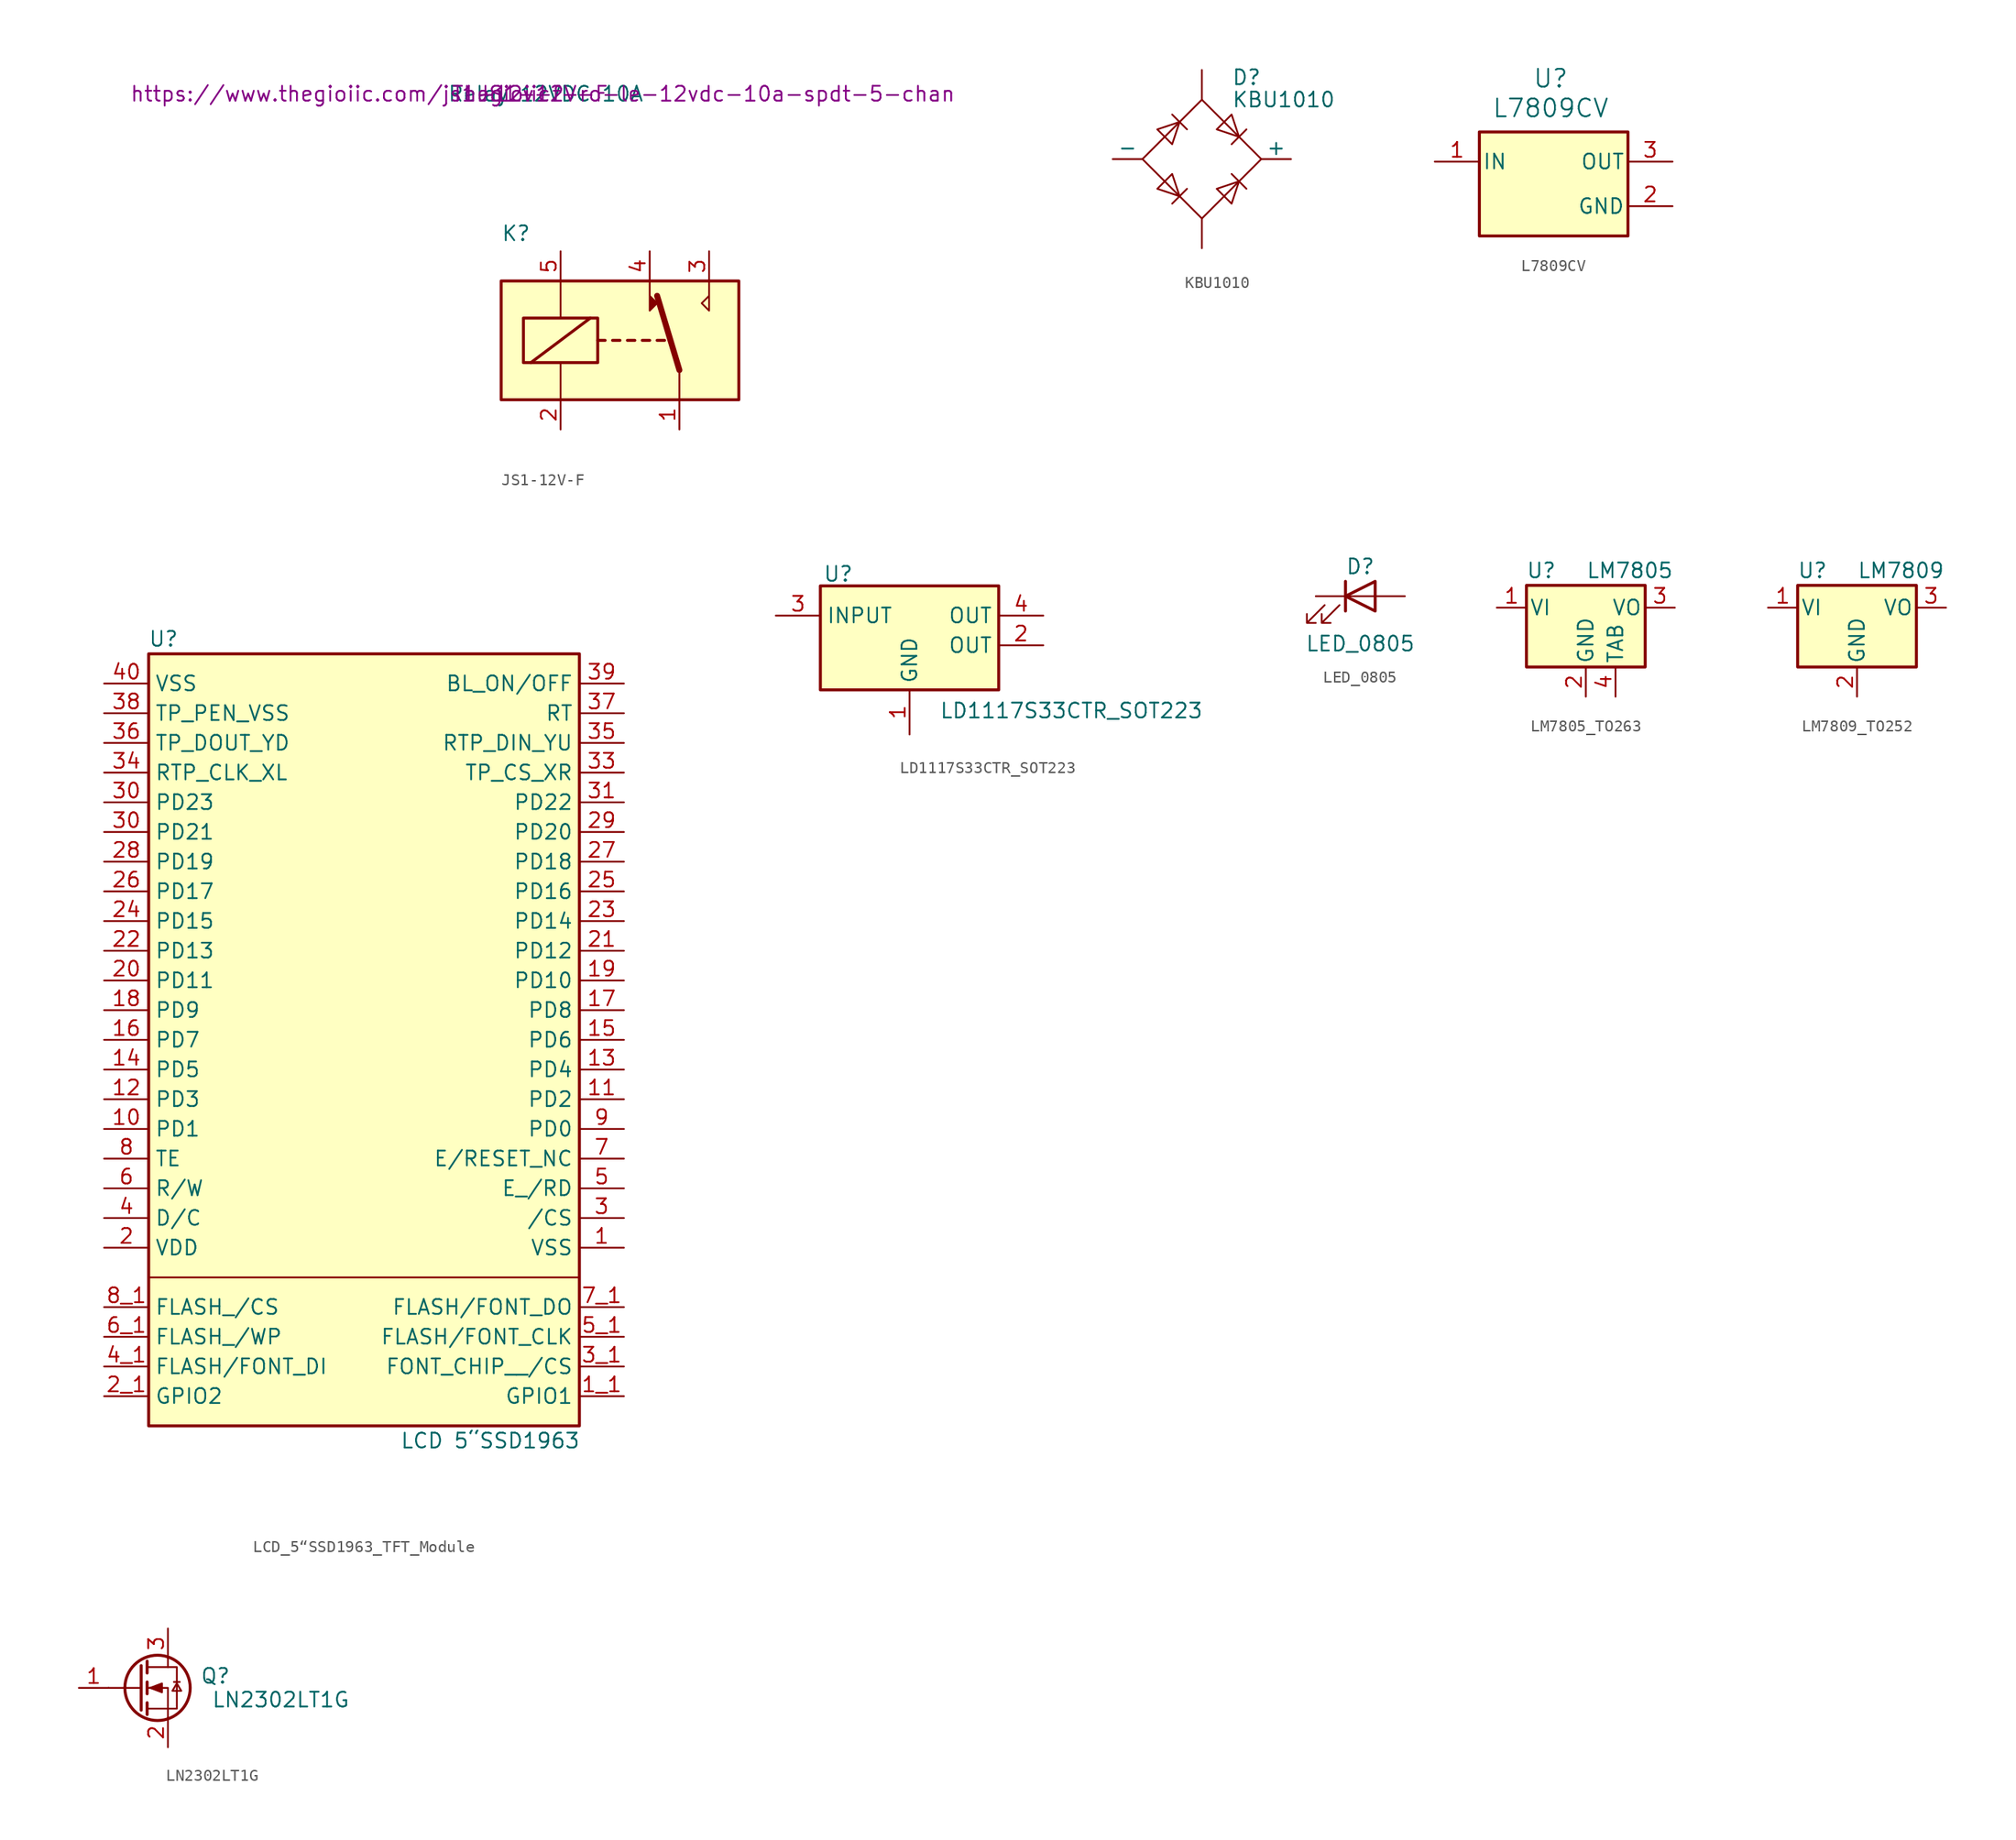
<source format=kicad_sym>
(kicad_symbol_lib
  (version 20231120)
  (generator "kicad_symbol_editor")
  (generator_version "8.0")
  (symbol "JS1-12V-F"
    (property "Reference" "K"
      (at 1.27 14.224 0)
      (effects (font (size 1.27 1.27))))
    (property "Value" "Relay 12VDC 10A"
      (at 3.81 26.162 0)
      (effects (font (size 1.27 1.27))))
    (property "Supply name" "Thegioiic"
      (at 0 26.162 0)
      (effects (font (size 1.27 1.27))))
    (property "Supply part number" "JS1-12V-F"
      (at 3.556 26.162 0)
      (effects (font (size 1.27 1.27))))
    (property "Supply URL" "https://www.thegioiic.com/js1-12v-f-ro-le-12vdc-10a-spdt-5-chan"
      (at 3.556 26.162 0)
      (effects (font (size 1.27 1.27))))
    (symbol "JS1-12V-F_0_0"
      (polyline (pts (xy 17.78 10.16) (xy 17.78 7.62) (xy 17.145 8.255) (xy 17.78 8.89)) (stroke (width 0) (type default)) (fill (type none))))
    (symbol "JS1-12V-F_0_1"
      (polyline (pts (xy 2.54 3.175) (xy 7.62 6.985)) (stroke (width 0.254) (type default)) (fill (type none)))
      (polyline (pts (xy 5.08 0) (xy 5.08 3.175)) (stroke (width 0) (type default)) (fill (type none)))
      (polyline (pts (xy 5.08 10.16) (xy 5.08 6.985)) (stroke (width 0) (type default)) (fill (type none)))
      (polyline (pts (xy 8.255 5.08) (xy 8.89 5.08)) (stroke (width 0.254) (type default)) (fill (type none)))
      (polyline (pts (xy 9.525 5.08) (xy 10.16 5.08)) (stroke (width 0.254) (type default)) (fill (type none)))
      (polyline (pts (xy 10.795 5.08) (xy 11.43 5.08)) (stroke (width 0.254) (type default)) (fill (type none)))
      (polyline (pts (xy 12.065 5.08) (xy 12.7 5.08)) (stroke (width 0.254) (type default)) (fill (type none)))
      (polyline (pts (xy 13.335 5.08) (xy 13.97 5.08)) (stroke (width 0.254) (type default)) (fill (type none)))
      (polyline (pts (xy 15.24 2.54) (xy 13.335 8.89)) (stroke (width 0.508) (type default)) (fill (type none)))
      (polyline (pts (xy 15.24 2.54) (xy 15.24 0)) (stroke (width 0) (type default)) (fill (type none)))
      (polyline (pts (xy 12.7 10.16) (xy 12.7 7.62) (xy 13.335 8.255) (xy 12.7 8.89)) (stroke (width 0) (type default)) (fill (type outline)))
      (rectangle (start 0 10.16) (end 20.32 0) (stroke (width 0.254) (type default)) (fill (type background)))
      (rectangle (start 1.905 6.985) (end 8.255 3.175) (stroke (width 0.254) (type default)) (fill (type none))))
    (symbol "JS1-12V-F_1_1"
      (pin passive line (at 15.24 -2.54 90) (length 2.54) (name "~" (effects (font (size 1.27 1.27)))) (number "1" (effects (font (size 1.27 1.27)))))
      (pin passive line (at 5.08 -2.54 90) (length 2.54) (name "~" (effects (font (size 1.27 1.27)))) (number "2" (effects (font (size 1.27 1.27)))))
      (pin passive line (at 17.78 12.7 270) (length 2.54) (name "~" (effects (font (size 1.27 1.27)))) (number "3" (effects (font (size 1.27 1.27)))))
      (pin passive line (at 12.7 12.7 270) (length 2.54) (name "~" (effects (font (size 1.27 1.27)))) (number "4" (effects (font (size 1.27 1.27)))))
      (pin passive line (at 5.08 12.7 270) (length 2.54) (name "~" (effects (font (size 1.27 1.27)))) (number "5" (effects (font (size 1.27 1.27)))))))
  (symbol "KBU1010 "
    (pin_numbers hide)
    (pin_names
      (offset 0))
    (property "Reference" "D"
      (at 2.54 6.985 0)
      (effects (font (size 1.27 1.27)) (justify left)))
    (property "Value" "KBU1010 "
      (at 2.54 5.08 0)
      (effects (font (size 1.27 1.27)) (justify left)))
    (symbol "KBU1010 _0_1"
      (polyline (pts (xy -2.54 3.81) (xy -1.27 2.54)) (stroke (width 0) (type default)) (fill (type none)))
      (polyline (pts (xy -1.27 -2.54) (xy -2.54 -3.81)) (stroke (width 0) (type default)) (fill (type none)))
      (polyline (pts (xy 2.54 -1.27) (xy 3.81 -2.54)) (stroke (width 0) (type default)) (fill (type none)))
      (polyline (pts (xy 2.54 1.27) (xy 3.81 2.54)) (stroke (width 0) (type default)) (fill (type none)))
      (polyline (pts (xy -3.81 2.54) (xy -2.54 1.27) (xy -1.905 3.175) (xy -3.81 2.54)) (stroke (width 0) (type default)) (fill (type none)))
      (polyline (pts (xy -2.54 -1.27) (xy -3.81 -2.54) (xy -1.905 -3.175) (xy -2.54 -1.27)) (stroke (width 0) (type default)) (fill (type none)))
      (polyline (pts (xy 1.27 2.54) (xy 2.54 3.81) (xy 3.175 1.905) (xy 1.27 2.54)) (stroke (width 0) (type default)) (fill (type none)))
      (polyline (pts (xy 3.175 -1.905) (xy 1.27 -2.54) (xy 2.54 -3.81) (xy 3.175 -1.905)) (stroke (width 0) (type default)) (fill (type none)))
      (polyline (pts (xy -5.08 0) (xy 0 -5.08) (xy 5.08 0) (xy 0 5.08) (xy -5.08 0)) (stroke (width 0) (type default)) (fill (type none))))
    (symbol "KBU1010 _1_1"
      (pin passive line (at 7.62 0 180) (length 2.54) (name "+" (effects (font (size 1.27 1.27)))) (number "1" (effects (font (size 1.27 1.27)))))
      (pin passive line (at 0 -7.62 90) (length 2.54) (name "~" (effects (font (size 1.27 1.27)))) (number "2" (effects (font (size 1.27 1.27)))))
      (pin passive line (at 0 7.62 270) (length 2.54) (name "~" (effects (font (size 1.27 1.27)))) (number "3" (effects (font (size 1.27 1.27)))))
      (pin passive line (at -7.62 0 0) (length 2.54) (name "-" (effects (font (size 1.27 1.27)))) (number "4" (effects (font (size 1.27 1.27)))))))
  (symbol "L7809CV"
    (pin_names
      (offset 0.254))
    (property "Reference" "U"
      (at 6.096 13.462 0)
      (effects (font (size 1.524 1.524))))
    (property "Value" "L7809CV"
      (at 6.096 10.922 0)
      (effects (font (size 1.524 1.524))))
    (symbol "L7809CV_0_1"
      (rectangle (start 0 8.89) (end 12.7 0) (stroke (width 0.254) (type default)) (fill (type background)))
      (pin power_in line (at -3.81 6.35 0) (length 3.81) (name "IN" (effects (font (size 1.27 1.27)))) (number "1" (effects (font (size 1.27 1.27)))))
      (pin power_in line (at 16.51 2.54 180) (length 3.81) (name "GND" (effects (font (size 1.27 1.27)))) (number "2" (effects (font (size 1.27 1.27)))))
      (pin power_in line (at 16.51 6.35 180) (length 3.81) (name "OUT" (effects (font (size 1.27 1.27)))) (number "3" (effects (font (size 1.27 1.27)))))))
  (symbol "LCD_5“SSD1963_TFT_Module"
    (property "Reference" "U"
      (at 1.27 67.31 0)
      (effects (font (size 1.27 1.27))))
    (property "Value" "LCD 5“SSD1963"
      (at 29.21 -1.27 0)
      (effects (font (size 1.27 1.27))))
    (symbol "LCD_5“SSD1963_TFT_Module_1_1"
      (polyline (pts (xy 0 12.7) (xy 36.83 12.7)) (stroke (width 0) (type default)) (fill (type none)))
      (rectangle (start 0 66.04) (end 36.83 0) (stroke (width 0.254) (type default)) (fill (type background)))
      (pin power_in line (at 40.64 15.24 180) (length 3.81) (name "VSS" (effects (font (size 1.27 1.27)))) (number "1" (effects (font (size 1.27 1.27)))))
      (pin input line (at -3.81 25.4 0) (length 3.81) (name "PD1" (effects (font (size 1.27 1.27)))) (number "10" (effects (font (size 1.27 1.27)))))
      (pin input line (at 40.64 27.94 180) (length 3.81) (name "PD2" (effects (font (size 1.27 1.27)))) (number "11" (effects (font (size 1.27 1.27)))))
      (pin input line (at -3.81 27.94 0) (length 3.81) (name "PD3" (effects (font (size 1.27 1.27)))) (number "12" (effects (font (size 1.27 1.27)))))
      (pin input line (at 40.64 30.48 180) (length 3.81) (name "PD4" (effects (font (size 1.27 1.27)))) (number "13" (effects (font (size 1.27 1.27)))))
      (pin input line (at -3.81 30.48 0) (length 3.81) (name "PD5" (effects (font (size 1.27 1.27)))) (number "14" (effects (font (size 1.27 1.27)))))
      (pin input line (at 40.64 33.02 180) (length 3.81) (name "PD6" (effects (font (size 1.27 1.27)))) (number "15" (effects (font (size 1.27 1.27)))))
      (pin input line (at -3.81 33.02 0) (length 3.81) (name "PD7" (effects (font (size 1.27 1.27)))) (number "16" (effects (font (size 1.27 1.27)))))
      (pin input line (at 40.64 35.56 180) (length 3.81) (name "PD8" (effects (font (size 1.27 1.27)))) (number "17" (effects (font (size 1.27 1.27)))))
      (pin input line (at -3.81 35.56 0) (length 3.81) (name "PD9" (effects (font (size 1.27 1.27)))) (number "18" (effects (font (size 1.27 1.27)))))
      (pin input line (at 40.64 38.1 180) (length 3.81) (name "PD10" (effects (font (size 1.27 1.27)))) (number "19" (effects (font (size 1.27 1.27)))))
      (pin bidirectional line (at 40.64 2.54 180) (length 3.81) (name "GPIO1" (effects (font (size 1.27 1.27)))) (number "1_1" (effects (font (size 1.27 1.27)))))
      (pin power_in line (at -3.81 15.24 0) (length 3.81) (name "VDD" (effects (font (size 1.27 1.27)))) (number "2" (effects (font (size 1.27 1.27)))))
      (pin input line (at -3.81 38.1 0) (length 3.81) (name "PD11" (effects (font (size 1.27 1.27)))) (number "20" (effects (font (size 1.27 1.27)))))
      (pin input line (at 40.64 40.64 180) (length 3.81) (name "PD12" (effects (font (size 1.27 1.27)))) (number "21" (effects (font (size 1.27 1.27)))))
      (pin input line (at -3.81 40.64 0) (length 3.81) (name "PD13" (effects (font (size 1.27 1.27)))) (number "22" (effects (font (size 1.27 1.27)))))
      (pin input line (at 40.64 43.18 180) (length 3.81) (name "PD14" (effects (font (size 1.27 1.27)))) (number "23" (effects (font (size 1.27 1.27)))))
      (pin input line (at -3.81 43.18 0) (length 3.81) (name "PD15" (effects (font (size 1.27 1.27)))) (number "24" (effects (font (size 1.27 1.27)))))
      (pin input line (at 40.64 45.72 180) (length 3.81) (name "PD16" (effects (font (size 1.27 1.27)))) (number "25" (effects (font (size 1.27 1.27)))))
      (pin input line (at -3.81 45.72 0) (length 3.81) (name "PD17" (effects (font (size 1.27 1.27)))) (number "26" (effects (font (size 1.27 1.27)))))
      (pin input line (at 40.64 48.26 180) (length 3.81) (name "PD18" (effects (font (size 1.27 1.27)))) (number "27" (effects (font (size 1.27 1.27)))))
      (pin input line (at -3.81 48.26 0) (length 3.81) (name "PD19" (effects (font (size 1.27 1.27)))) (number "28" (effects (font (size 1.27 1.27)))))
      (pin input line (at 40.64 50.8 180) (length 3.81) (name "PD20" (effects (font (size 1.27 1.27)))) (number "29" (effects (font (size 1.27 1.27)))))
      (pin bidirectional line (at -3.81 2.54 0) (length 3.81) (name "GPIO2" (effects (font (size 1.27 1.27)))) (number "2_1" (effects (font (size 1.27 1.27)))))
      (pin input line (at 40.64 17.78 180) (length 3.81) (name "/CS" (effects (font (size 1.27 1.27)))) (number "3" (effects (font (size 1.27 1.27)))))
      (pin input line (at -3.81 50.8 0) (length 3.81) (name "PD21" (effects (font (size 1.27 1.27)))) (number "30" (effects (font (size 1.27 1.27)))))
      (pin input line (at -3.81 53.34 0) (length 3.81) (name "PD23" (effects (font (size 1.27 1.27)))) (number "30" (effects (font (size 1.27 1.27)))))
      (pin input line (at 40.64 53.34 180) (length 3.81) (name "PD22" (effects (font (size 1.27 1.27)))) (number "31" (effects (font (size 1.27 1.27)))))
      (pin input line (at 40.64 55.88 180) (length 3.81) (name "TP_CS_XR" (effects (font (size 1.27 1.27)))) (number "33" (effects (font (size 1.27 1.27)))))
      (pin input line (at -3.81 55.88 0) (length 3.81) (name "RTP_CLK_XL" (effects (font (size 1.27 1.27)))) (number "34" (effects (font (size 1.27 1.27)))))
      (pin input line (at 40.64 58.42 180) (length 3.81) (name "RTP_DIN_YU" (effects (font (size 1.27 1.27)))) (number "35" (effects (font (size 1.27 1.27)))))
      (pin input line (at -3.81 58.42 0) (length 3.81) (name "TP_DOUT_YD" (effects (font (size 1.27 1.27)))) (number "36" (effects (font (size 1.27 1.27)))))
      (pin input line (at 40.64 60.96 180) (length 3.81) (name "RT" (effects (font (size 1.27 1.27)))) (number "37" (effects (font (size 1.27 1.27)))))
      (pin input line (at -3.81 60.96 0) (length 3.81) (name "TP_PEN_VSS" (effects (font (size 1.27 1.27)))) (number "38" (effects (font (size 1.27 1.27)))))
      (pin input line (at 40.64 63.5 180) (length 3.81) (name "BL_ON/OFF" (effects (font (size 1.27 1.27)))) (number "39" (effects (font (size 1.27 1.27)))))
      (pin input line (at 40.64 5.08 180) (length 3.81) (name "FONT_CHIP__/CS" (effects (font (size 1.27 1.27)))) (number "3_1" (effects (font (size 1.27 1.27)))))
      (pin input line (at -3.81 17.78 0) (length 3.81) (name "D/C" (effects (font (size 1.27 1.27)))) (number "4" (effects (font (size 1.27 1.27)))))
      (pin power_in line (at -3.81 63.5 0) (length 3.81) (name "VSS" (effects (font (size 1.27 1.27)))) (number "40" (effects (font (size 1.27 1.27)))))
      (pin input line (at -3.81 5.08 0) (length 3.81) (name "FLASH/FONT_DI" (effects (font (size 1.27 1.27)))) (number "4_1" (effects (font (size 1.27 1.27)))))
      (pin input line (at 40.64 20.32 180) (length 3.81) (name "E_/RD" (effects (font (size 1.27 1.27)))) (number "5" (effects (font (size 1.27 1.27)))))
      (pin bidirectional line (at 40.64 7.62 180) (length 3.81) (name "FLASH/FONT_CLK" (effects (font (size 1.27 1.27)))) (number "5_1" (effects (font (size 1.27 1.27)))))
      (pin input line (at -3.81 20.32 0) (length 3.81) (name "R/W" (effects (font (size 1.27 1.27)))) (number "6" (effects (font (size 1.27 1.27)))))
      (pin bidirectional line (at -3.81 7.62 0) (length 3.81) (name "FLASH_/WP" (effects (font (size 1.27 1.27)))) (number "6_1" (effects (font (size 1.27 1.27)))))
      (pin input line (at 40.64 22.86 180) (length 3.81) (name "E/RESET_NC" (effects (font (size 1.27 1.27)))) (number "7" (effects (font (size 1.27 1.27)))))
      (pin output line (at 40.64 10.16 180) (length 3.81) (name "FLASH/FONT_DO" (effects (font (size 1.27 1.27)))) (number "7_1" (effects (font (size 1.27 1.27)))))
      (pin output line (at -3.81 22.86 0) (length 3.81) (name "TE" (effects (font (size 1.27 1.27)))) (number "8" (effects (font (size 1.27 1.27)))))
      (pin input line (at -3.81 10.16 0) (length 3.81) (name "FLASH_/CS" (effects (font (size 1.27 1.27)))) (number "8_1" (effects (font (size 1.27 1.27)))))
      (pin input line (at 40.64 25.4 180) (length 3.81) (name "PD0" (effects (font (size 1.27 1.27)))) (number "9" (effects (font (size 1.27 1.27)))))))
  (symbol "LD1117S33CTR_SOT223"
    (property "Reference" "U"
      (at 1.524 9.906 0)
      (effects (font (size 1.27 1.27))))
    (property "Value" "LD1117S33CTR_SOT223"
      (at 10.16 -1.778 0)
      (effects (font (size 1.27 1.27)) (justify left)))
    (symbol "LD1117S33CTR_SOT223_1_1"
      (rectangle (start 0 8.89) (end 15.24 0) (stroke (width 0.254) (type default)) (fill (type background)))
      (pin power_in line (at 7.62 -3.81 90) (length 3.81) (name "GND" (effects (font (size 1.27 1.27)))) (number "1" (effects (font (size 1.27 1.27)))))
      (pin power_in line (at 19.05 3.81 180) (length 3.81) (name "OUT" (effects (font (size 1.27 1.27)))) (number "2" (effects (font (size 1.27 1.27)))))
      (pin power_in line (at -3.81 6.35 0) (length 3.81) (name "INPUT" (effects (font (size 1.27 1.27)))) (number "3" (effects (font (size 1.27 1.27)))))
      (pin power_in line (at 19.05 6.35 180) (length 3.81) (name "OUT" (effects (font (size 1.27 1.27)))) (number "4" (effects (font (size 1.27 1.27)))))))
  (symbol "LED_0805"
    (pin_numbers hide)
    (pin_names
      (offset 1.016) hide)
    (property "Reference" "D"
      (at 0 2.54 0)
      (effects (font (size 1.27 1.27))))
    (property "Value" "LED_0805"
      (at 0 -4.064 0)
      (effects (font (size 1.27 1.27))))
    (symbol "LED_0805_0_1"
      (polyline (pts (xy -1.27 -1.27) (xy -1.27 1.27)) (stroke (width 0.254) (type default)) (fill (type none)))
      (polyline (pts (xy -1.27 0) (xy 1.27 0)) (stroke (width 0) (type default)) (fill (type none)))
      (polyline (pts (xy 1.27 -1.27) (xy 1.27 1.27) (xy -1.27 0) (xy 1.27 -1.27)) (stroke (width 0.254) (type default)) (fill (type none)))
      (polyline (pts (xy -3.048 -0.762) (xy -4.572 -2.286) (xy -3.81 -2.286) (xy -4.572 -2.286) (xy -4.572 -1.524)) (stroke (width 0) (type default)) (fill (type none)))
      (polyline (pts (xy -1.778 -0.762) (xy -3.302 -2.286) (xy -2.54 -2.286) (xy -3.302 -2.286) (xy -3.302 -1.524)) (stroke (width 0) (type default)) (fill (type none))))
    (symbol "LED_0805_1_1"
      (pin passive line (at -3.81 0 0) (length 2.54) (name "K" (effects (font (size 1.27 1.27)))) (number "1" (effects (font (size 1.27 1.27)))))
      (pin passive line (at 3.81 0 180) (length 2.54) (name "A" (effects (font (size 1.27 1.27)))) (number "2" (effects (font (size 1.27 1.27)))))))
  (symbol "LM7805_TO263"
    (pin_names
      (offset 0.254))
    (property "Reference" "U"
      (at 1.27 8.255 0)
      (effects (font (size 1.27 1.27))))
    (property "Value" "LM7805"
      (at 5.08 8.255 0)
      (effects (font (size 1.27 1.27)) (justify left)))
    (symbol "LM7805_TO263_0_1"
      (rectangle (start 0 6.985) (end 10.16 0) (stroke (width 0.254) (type default)) (fill (type background))))
    (symbol "LM7805_TO263_1_1"
      (pin power_in line (at -2.54 5.08 0) (length 2.54) (name "VI" (effects (font (size 1.27 1.27)))) (number "1" (effects (font (size 1.27 1.27)))))
      (pin power_in line (at 5.08 -2.54 90) (length 2.54) (name "GND" (effects (font (size 1.27 1.27)))) (number "2" (effects (font (size 1.27 1.27)))))
      (pin power_out line (at 12.7 5.08 180) (length 2.54) (name "VO" (effects (font (size 1.27 1.27)))) (number "3" (effects (font (size 1.27 1.27)))))
      (pin power_in line (at 7.62 -2.54 90) (length 2.54) (name "TAB" (effects (font (size 1.27 1.27)))) (number "4" (effects (font (size 1.27 1.27)))))))
  (symbol "LM7809_TO252"
    (pin_names
      (offset 0.254))
    (property "Reference" "U"
      (at 1.27 8.255 0)
      (effects (font (size 1.27 1.27))))
    (property "Value" "LM7809"
      (at 5.08 8.255 0)
      (effects (font (size 1.27 1.27)) (justify left)))
    (symbol "LM7809_TO252_0_1"
      (rectangle (start 0 6.985) (end 10.16 0) (stroke (width 0.254) (type default)) (fill (type background))))
    (symbol "LM7809_TO252_1_1"
      (pin power_in line (at -2.54 5.08 0) (length 2.54) (name "VI" (effects (font (size 1.27 1.27)))) (number "1" (effects (font (size 1.27 1.27)))))
      (pin power_in line (at 5.08 -2.54 90) (length 2.54) (name "GND" (effects (font (size 1.27 1.27)))) (number "2" (effects (font (size 1.27 1.27)))))
      (pin power_out line (at 12.7 5.08 180) (length 2.54) (name "VO" (effects (font (size 1.27 1.27)))) (number "3" (effects (font (size 1.27 1.27)))))))
  (symbol "LN2302LT1G"
    (pin_names hide)
    (property "Reference" "Q"
      (at 11.684 1.016 0)
      (effects (font (size 1.27 1.27))))
    (property "Value" "LN2302LT1G"
      (at 17.272 -1.016 0)
      (effects (font (size 1.27 1.27))))
    (symbol "LN2302LT1G_0_1"
      (polyline (pts (xy 5.334 0) (xy 2.54 0)) (stroke (width 0) (type default)) (fill (type none)))
      (polyline (pts (xy 5.334 1.905) (xy 5.334 -1.905)) (stroke (width 0.254) (type default)) (fill (type none)))
      (polyline (pts (xy 5.842 -1.27) (xy 5.842 -2.286)) (stroke (width 0.254) (type default)) (fill (type none)))
      (polyline (pts (xy 5.842 0.508) (xy 5.842 -0.508)) (stroke (width 0.254) (type default)) (fill (type none)))
      (polyline (pts (xy 5.842 2.286) (xy 5.842 1.27)) (stroke (width 0.254) (type default)) (fill (type none)))
      (polyline (pts (xy 7.62 2.54) (xy 7.62 1.778)) (stroke (width 0) (type default)) (fill (type none)))
      (polyline (pts (xy 8.636 0.508) (xy 8.128 0.508)) (stroke (width 0) (type default)) (fill (type none)))
      (polyline (pts (xy 7.62 -2.54) (xy 7.62 0) (xy 5.842 0)) (stroke (width 0) (type default)) (fill (type none)))
      (polyline (pts (xy 5.842 -1.778) (xy 8.382 -1.778) (xy 8.382 1.778) (xy 5.842 1.778)) (stroke (width 0) (type default)) (fill (type none)))
      (polyline (pts (xy 6.096 0) (xy 7.112 0.381) (xy 7.112 -0.381) (xy 6.096 0)) (stroke (width 0) (type default)) (fill (type outline)))
      (polyline (pts (xy 8.382 0.381) (xy 8.001 -0.254) (xy 8.763 -0.254) (xy 8.382 0.381)) (stroke (width 0) (type default)) (fill (type none)))
      (circle (center 6.731 0) (radius 2.794) (stroke (width 0.254) (type default)) (fill (type none))))
    (symbol "LN2302LT1G_1_1"
      (pin input line (at 0 0 0) (length 2.54) (name "G" (effects (font (size 1.27 1.27)))) (number "1" (effects (font (size 1.27 1.27)))))
      (pin passive line (at 7.62 -5.08 90) (length 2.54) (name "S" (effects (font (size 1.27 1.27)))) (number "2" (effects (font (size 1.27 1.27)))))
      (pin passive line (at 7.62 5.08 270) (length 2.54) (name "D" (effects (font (size 1.27 1.27)))) (number "3" (effects (font (size 1.27 1.27))))))))
</source>
